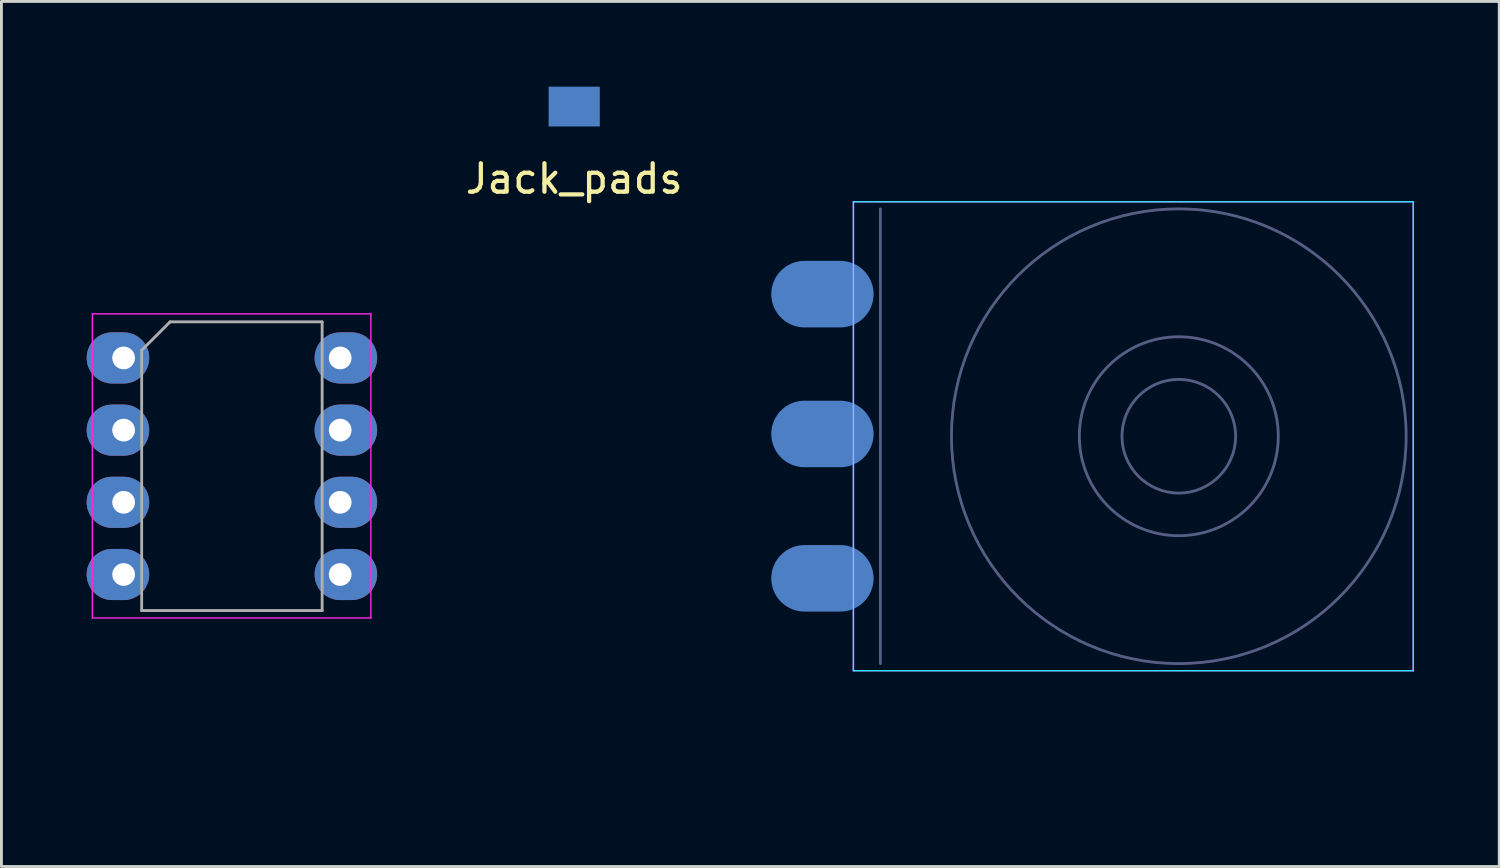
<source format=kicad_pcb>
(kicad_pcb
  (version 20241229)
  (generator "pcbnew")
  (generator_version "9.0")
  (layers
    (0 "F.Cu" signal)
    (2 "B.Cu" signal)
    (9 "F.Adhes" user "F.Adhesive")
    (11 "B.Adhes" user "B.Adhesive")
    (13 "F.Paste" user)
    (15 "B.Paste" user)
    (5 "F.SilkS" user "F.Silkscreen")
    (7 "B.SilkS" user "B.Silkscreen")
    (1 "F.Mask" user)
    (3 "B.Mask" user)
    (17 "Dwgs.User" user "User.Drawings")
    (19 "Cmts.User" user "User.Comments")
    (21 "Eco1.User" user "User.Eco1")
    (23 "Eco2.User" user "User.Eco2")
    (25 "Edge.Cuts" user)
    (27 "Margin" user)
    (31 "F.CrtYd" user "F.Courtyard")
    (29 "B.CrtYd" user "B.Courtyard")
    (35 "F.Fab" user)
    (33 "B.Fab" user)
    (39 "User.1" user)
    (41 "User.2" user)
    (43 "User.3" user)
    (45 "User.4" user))
  (footprint "Jack_pads"
    (layer "F.Cu")
    (at 17.155 0.7)
    (property "Reference" "Jack_pads" (at 0 2.54 0) (layer "F.SilkS") (effects (font (size 1 1) (thickness 0.15))))
    (attr through_hole)
    (pad "" smd rect (at 0 0) (size 1.8 1.4) (layers "B.Cu" "B.Mask")))
  (footprint "Potentiometer_backPads_noHole"
    (layer "F.Cu")
    (at 28.429 17.3)
    (property "Reference" "Potentiometer_backPads_noHole" (at 15.24 -5.08 90) (layer "Eco2.User") (effects (font (size 1 1) (thickness 0.15))))
    (attr through_hole)
    (fp_line (start -1.45 -13.25) (end -1.45 3.25) (stroke (width 0.05) (type solid)) (layer "B.CrtYd"))
    (fp_line (start -1.45 3.25) (end 18.25 3.25) (stroke (width 0.05) (type solid)) (layer "B.CrtYd"))
    (fp_line (start 18.25 -13.25) (end -1.45 -13.25) (stroke (width 0.05) (type solid)) (layer "B.CrtYd"))
    (fp_line (start 18.25 3.25) (end 18.25 -13.25) (stroke (width 0.05) (type solid)) (layer "B.CrtYd"))
    (fp_line (start -1.45 -13.25) (end -1.45 3.25) (stroke (width 0.05) (type solid)) (layer "F.CrtYd"))
    (fp_line (start -1.45 3.25) (end 18.25 3.25) (stroke (width 0.05) (type solid)) (layer "F.CrtYd"))
    (fp_line (start 18.25 -13.25) (end -1.45 -13.25) (stroke (width 0.05) (type solid)) (layer "F.CrtYd"))
    (fp_line (start 18.25 3.25) (end 18.25 -13.25) (stroke (width 0.05) (type solid)) (layer "F.CrtYd"))
    (fp_line (start -0.5 -13) (end -0.5 3) (stroke (width 0.1) (type solid)) (layer "B.Fab"))
    (fp_circle (center 10 -5) (end 12 -5) (stroke (width 0.1) (type solid)) (fill no) (layer "B.Fab"))
    (fp_circle (center 10 -5) (end 13.5 -5) (stroke (width 0.1) (type solid)) (fill no) (layer "B.Fab"))
    (fp_circle (center 10 -5) (end 18 -5) (stroke (width 0.1) (type solid)) (fill no) (layer "B.Fab"))
    (pad "1" smd oval (at -2.54 0) (size 3.6 2.34) (layers "B.Cu" "B.Mask" "B.Paste"))
    (pad "2" smd oval (at -2.54 -5.08) (size 3.6 2.34) (layers "B.Cu" "B.Mask" "B.Paste"))
    (pad "3" smd oval (at -2.54 -10) (size 3.6 2.34) (layers "B.Cu" "B.Mask" "B.Paste")))
  (footprint "Attiny_DIP-8_W7.62mm_mod"
    (layer "F.Cu")
    (at 1.3 9.545)
    (property "Reference" "Attiny_DIP-8_W7.62mm_mod" (at 3.81 1.27 90) (layer "Eco2.User") (effects (font (size 1 1) (thickness 0.15))))
    (attr through_hole)
    (fp_line (start -1.1 -1.55) (end -1.1 9.15) (stroke (width 0.05) (type solid)) (layer "F.CrtYd"))
    (fp_line (start -1.1 9.15) (end 8.7 9.15) (stroke (width 0.05) (type solid)) (layer "F.CrtYd"))
    (fp_line (start 8.7 -1.55) (end -1.1 -1.55) (stroke (width 0.05) (type solid)) (layer "F.CrtYd"))
    (fp_line (start 8.7 9.15) (end 8.7 -1.55) (stroke (width 0.05) (type solid)) (layer "F.CrtYd"))
    (fp_line (start 0.635 -0.27) (end 1.635 -1.27) (stroke (width 0.1) (type solid)) (layer "F.Fab"))
    (fp_line (start 0.635 8.89) (end 0.635 -0.27) (stroke (width 0.1) (type solid)) (layer "F.Fab"))
    (fp_line (start 1.635 -1.27) (end 6.985 -1.27) (stroke (width 0.1) (type solid)) (layer "F.Fab"))
    (fp_line (start 6.985 -1.27) (end 6.985 8.89) (stroke (width 0.1) (type solid)) (layer "F.Fab"))
    (fp_line (start 6.985 8.89) (end 0.635 8.89) (stroke (width 0.1) (type solid)) (layer "F.Fab"))
    (pad "1" thru_hole oval (at 0 0) (size 2.2 1.8) (drill 0.8 (offset -0.2 0)) (layers "*.Cu" "*.Mask"))
    (pad "2" thru_hole oval (at 0 2.54) (size 2.2 1.8) (drill 0.8 (offset -0.2 0)) (layers "*.Cu" "*.Mask"))
    (pad "3" thru_hole oval (at 0 5.08) (size 2.2 1.8) (drill 0.8 (offset -0.2 0)) (layers "*.Cu" "*.Mask"))
    (pad "4" thru_hole oval (at 0 7.62) (size 2.2 1.8) (drill 0.8 (offset -0.2 0)) (layers "*.Cu" "*.Mask"))
    (pad "5" thru_hole oval (at 7.62 7.62) (size 2.2 1.8) (drill 0.8 (offset 0.2 0)) (layers "*.Cu" "*.Mask"))
    (pad "6" thru_hole oval (at 7.62 5.08) (size 2.2 1.8) (drill 0.8 (offset 0.2 0)) (layers "*.Cu" "*.Mask"))
    (pad "7" thru_hole oval (at 7.62 2.54) (size 2.2 1.8) (drill 0.8 (offset 0.2 0)) (layers "*.Cu" "*.Mask"))
    (pad "8" thru_hole oval (at 7.62 0) (size 2.2 1.8) (drill 0.8 (offset 0.2 0)) (layers "*.Cu" "*.Mask")))
  (gr_rect
    (start -3 -3)
    (end 49.704 27.44)
    (stroke (width 0.1) (type default))
    (fill no)
    (layer "Edge.Cuts")))
</source>
